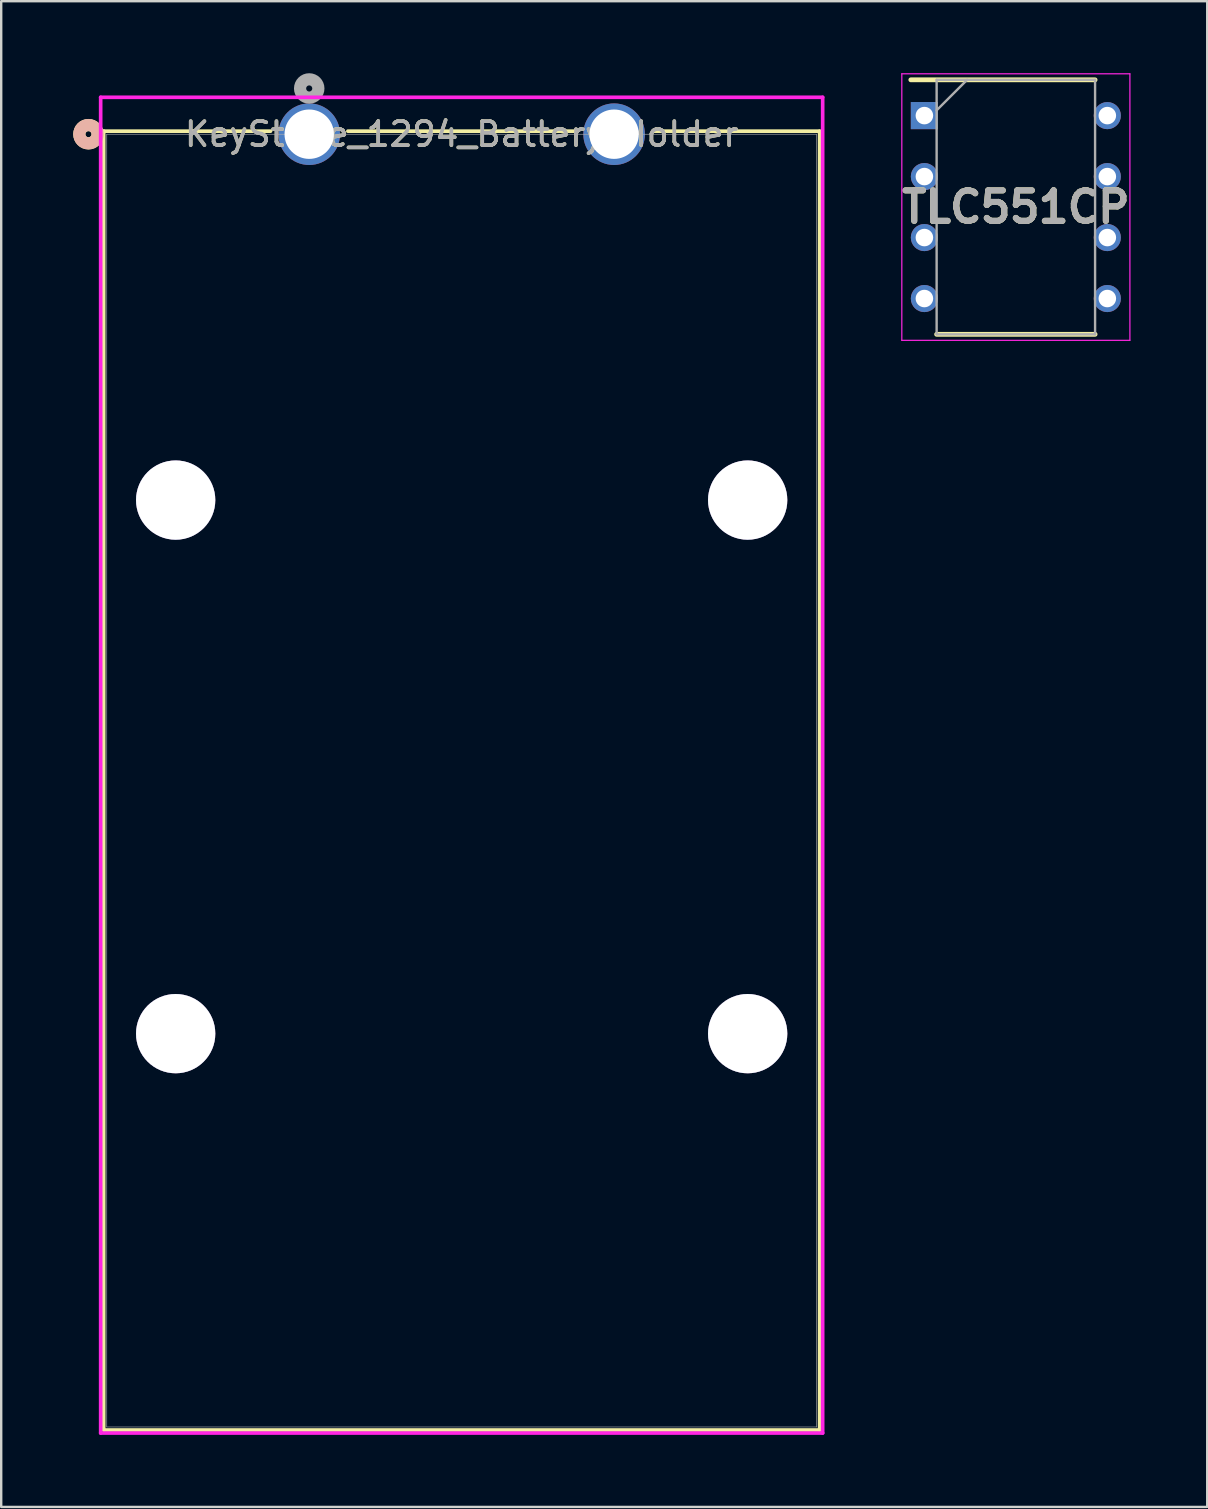
<source format=kicad_pcb>
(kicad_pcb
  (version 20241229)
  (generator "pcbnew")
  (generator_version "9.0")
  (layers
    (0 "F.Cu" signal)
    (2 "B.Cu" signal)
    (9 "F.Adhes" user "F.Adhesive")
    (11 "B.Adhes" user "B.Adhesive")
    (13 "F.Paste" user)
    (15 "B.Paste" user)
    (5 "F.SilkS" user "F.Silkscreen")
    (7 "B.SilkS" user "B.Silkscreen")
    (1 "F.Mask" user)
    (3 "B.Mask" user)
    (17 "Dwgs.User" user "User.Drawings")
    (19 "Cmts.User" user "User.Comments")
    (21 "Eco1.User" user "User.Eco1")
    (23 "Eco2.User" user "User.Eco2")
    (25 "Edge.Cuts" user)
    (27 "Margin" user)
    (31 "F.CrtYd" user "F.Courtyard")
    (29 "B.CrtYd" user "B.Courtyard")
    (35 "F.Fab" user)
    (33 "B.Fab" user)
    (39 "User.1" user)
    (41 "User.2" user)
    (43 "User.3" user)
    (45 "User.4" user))
  (footprint "KeyStone_1294_Battery_Holder"
    (layer "F.Cu")
    (at 9.83 2.54)
    (property "Reference" "KeyStone_1294_Battery_Holder" (at 6.35 0 0) (unlocked yes) (layer "F.SilkS") (effects (font (size 1 1) (thickness 0.15))))
    (attr through_hole)
    (fp_line (start -8.56 -0.127) (end -8.56 53.975) (stroke (width 0.152) (type solid)) (layer "F.SilkS"))
    (fp_line (start -8.56 53.975) (end 21.26 53.975) (stroke (width 0.152) (type solid)) (layer "F.SilkS"))
    (fp_line (start -1.61 -0.127) (end -8.56 -0.127) (stroke (width 0.152) (type solid)) (layer "F.SilkS"))
    (fp_line (start 11.09 -0.127) (end 1.61 -0.127) (stroke (width 0.152) (type solid)) (layer "F.SilkS"))
    (fp_line (start 21.26 -0.127) (end 14.31 -0.127) (stroke (width 0.152) (type solid)) (layer "F.SilkS"))
    (fp_line (start 21.26 53.975) (end 21.26 -0.127) (stroke (width 0.152) (type solid)) (layer "F.SilkS"))
    (fp_circle (center -9.195 0) (end -8.814 0) (stroke (width 0.508) (type solid)) (fill no) (layer "F.SilkS"))
    (fp_circle (center -9.195 0) (end -8.814 0) (stroke (width 0.508) (type solid)) (fill no) (layer "B.SilkS"))
    (fp_line (start -8.687 -1.537) (end -8.687 54.102) (stroke (width 0.152) (type solid)) (layer "F.CrtYd"))
    (fp_line (start -8.687 54.102) (end 21.387 54.102) (stroke (width 0.152) (type solid)) (layer "F.CrtYd"))
    (fp_line (start 21.387 -1.537) (end -8.687 -1.537) (stroke (width 0.152) (type solid)) (layer "F.CrtYd"))
    (fp_line (start 21.387 54.102) (end 21.387 -1.537) (stroke (width 0.152) (type solid)) (layer "F.CrtYd"))
    (fp_line (start -8.433 0) (end -8.433 53.848) (stroke (width 0.025) (type solid)) (layer "F.Fab"))
    (fp_line (start -8.433 53.848) (end 21.133 53.848) (stroke (width 0.025) (type solid)) (layer "F.Fab"))
    (fp_line (start 21.133 0) (end -8.433 0) (stroke (width 0.025) (type solid)) (layer "F.Fab"))
    (fp_line (start 21.133 53.848) (end 21.133 0) (stroke (width 0.025) (type solid)) (layer "F.Fab"))
    (fp_circle (center 0 -1.905) (end 0.381 -1.905) (stroke (width 0.508) (type solid)) (fill no) (layer "F.Fab"))
    (fp_text user "${REFERENCE}" (at 6.35 0 0) (unlocked yes) (layer "F.Fab") (effects (font (size 1 1) (thickness 0.15))))
    (pad "1" thru_hole circle (at 0 0) (size 2.565 2.565) (drill 2.057) (layers "*.Cu" "*.Mask"))
    (pad "2" thru_hole circle (at 12.7 0) (size 2.565 2.565) (drill 2.057) (layers "*.Cu" "*.Mask"))
    (pad "3" thru_hole circle (at -5.563 15.24 90) (size 3.302 3.302) (drill 3.302) (layers "*.Cu" "*.Mask"))
    (pad "4" thru_hole circle (at 18.263 15.24 90) (size 3.302 3.302) (drill 3.302) (layers "*.Cu" "*.Mask"))
    (pad "5" thru_hole circle (at -5.563 37.465 90) (size 3.302 3.302) (drill 3.302) (layers "*.Cu" "*.Mask"))
    (pad "6" thru_hole circle (at 18.263 37.465 90) (size 3.302 3.302) (drill 3.302) (layers "*.Cu" "*.Mask")))
  (footprint "TLC551CP"
    (layer "F.Cu")
    (at 39.264 5.575)
    (property "Reference" "TLC551CP" (at 0 0 0) (layer "F.SilkS") (effects (font (size 1.27 1.27) (thickness 0.254))))
    (attr through_hole)
    (fp_line (start -4.375 -5.3) (end 3.3 -5.3) (stroke (width 0.2) (type solid)) (layer "F.SilkS"))
    (fp_line (start -3.3 5.3) (end 3.3 5.3) (stroke (width 0.2) (type solid)) (layer "F.SilkS"))
    (fp_line (start -4.75 -5.55) (end 4.75 -5.55) (stroke (width 0.05) (type solid)) (layer "F.CrtYd"))
    (fp_line (start -4.75 5.55) (end -4.75 -5.55) (stroke (width 0.05) (type solid)) (layer "F.CrtYd"))
    (fp_line (start 4.75 -5.55) (end 4.75 5.55) (stroke (width 0.05) (type solid)) (layer "F.CrtYd"))
    (fp_line (start 4.75 5.55) (end -4.75 5.55) (stroke (width 0.05) (type solid)) (layer "F.CrtYd"))
    (fp_line (start -3.3 -5.3) (end 3.3 -5.3) (stroke (width 0.1) (type solid)) (layer "F.Fab"))
    (fp_line (start -3.3 -4.03) (end -2.03 -5.3) (stroke (width 0.1) (type solid)) (layer "F.Fab"))
    (fp_line (start -3.3 5.3) (end -3.3 -5.3) (stroke (width 0.1) (type solid)) (layer "F.Fab"))
    (fp_line (start 3.3 -5.3) (end 3.3 5.3) (stroke (width 0.1) (type solid)) (layer "F.Fab"))
    (fp_line (start 3.3 5.3) (end -3.3 5.3) (stroke (width 0.1) (type solid)) (layer "F.Fab"))
    (fp_text user "${REFERENCE}" (at 0 0 0) (layer "F.Fab") (effects (font (size 1.27 1.27) (thickness 0.254))))
    (pad "1" thru_hole rect (at -3.81 -3.81) (size 1.13 1.13) (drill 0.73) (layers "*.Cu" "*.Mask"))
    (pad "2" thru_hole circle (at -3.81 -1.27) (size 1.13 1.13) (drill 0.73) (layers "*.Cu" "*.Mask"))
    (pad "3" thru_hole circle (at -3.81 1.27) (size 1.13 1.13) (drill 0.73) (layers "*.Cu" "*.Mask"))
    (pad "4" thru_hole circle (at -3.81 3.81) (size 1.13 1.13) (drill 0.73) (layers "*.Cu" "*.Mask"))
    (pad "5" thru_hole circle (at 3.81 3.81) (size 1.13 1.13) (drill 0.73) (layers "*.Cu" "*.Mask"))
    (pad "6" thru_hole circle (at 3.81 1.27) (size 1.13 1.13) (drill 0.73) (layers "*.Cu" "*.Mask"))
    (pad "7" thru_hole circle (at 3.81 -1.27) (size 1.13 1.13) (drill 0.73) (layers "*.Cu" "*.Mask"))
    (pad "8" thru_hole circle (at 3.81 -3.81) (size 1.13 1.13) (drill 0.73) (layers "*.Cu" "*.Mask")))
  (gr_rect
    (start -3 -3)
    (end 47.235 59.718)
    (stroke (width 0.1) (type default))
    (fill no)
    (layer "Edge.Cuts")))
</source>
